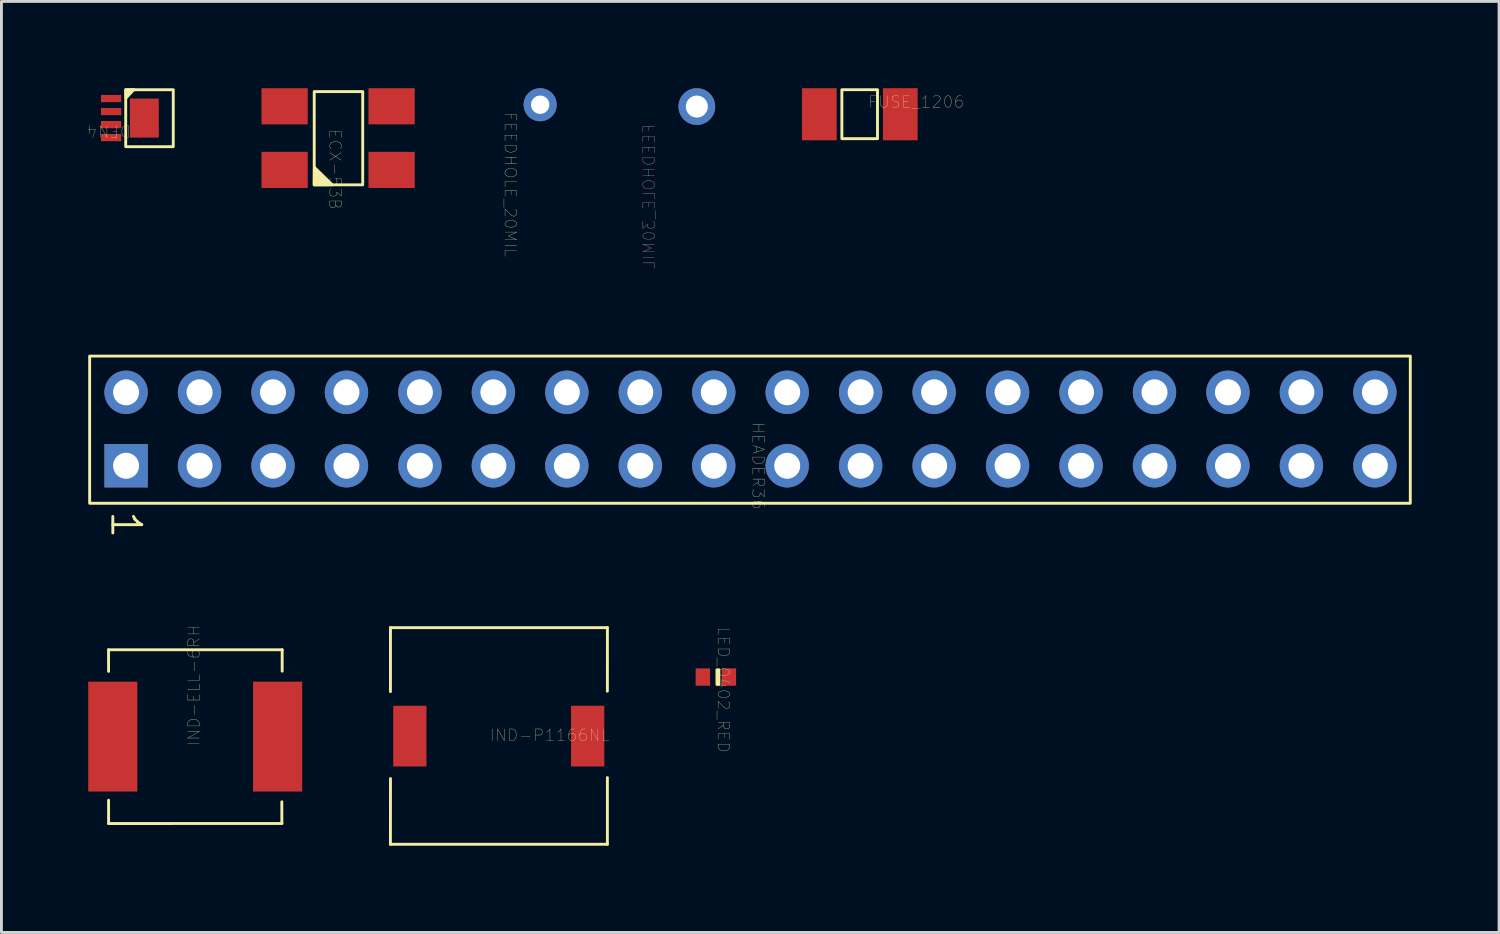
<source format=kicad_pcb>
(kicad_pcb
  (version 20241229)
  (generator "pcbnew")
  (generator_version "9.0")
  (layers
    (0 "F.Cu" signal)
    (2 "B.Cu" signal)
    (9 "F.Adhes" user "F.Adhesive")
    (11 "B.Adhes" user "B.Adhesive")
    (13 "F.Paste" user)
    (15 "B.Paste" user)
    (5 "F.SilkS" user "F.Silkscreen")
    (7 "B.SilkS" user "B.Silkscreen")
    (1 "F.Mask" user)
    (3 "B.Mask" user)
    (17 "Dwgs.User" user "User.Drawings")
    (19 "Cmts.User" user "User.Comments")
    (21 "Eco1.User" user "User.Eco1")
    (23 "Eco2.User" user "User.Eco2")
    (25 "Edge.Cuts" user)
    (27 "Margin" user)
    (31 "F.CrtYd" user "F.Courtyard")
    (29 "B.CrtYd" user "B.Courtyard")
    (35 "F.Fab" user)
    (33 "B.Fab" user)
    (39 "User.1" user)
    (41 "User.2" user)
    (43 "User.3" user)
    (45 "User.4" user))
  (footprint "ECX-53B"
    (layer "F.Cu")
    (at 8.641 1.725)
    (property "Reference" "ECX-53B" (at -0.338 -0.326 270) (unlocked yes) (layer "F.SilkS") (effects (font (size 0.4 0.4) (thickness 0.01)) (justify left bottom)))
    (fp_rect (start -0.826 -1.608) (end 0.851 1.616) (stroke (width 0.1) (type default)) (fill no) (layer "F.SilkS"))
    (fp_poly (pts (xy -0.826 1.616) (xy -0.206 1.614) (xy -0.819 1.015)) (stroke (width 0.1) (type solid)) (fill yes) (layer "F.SilkS"))
    (fp_line (start -2.5 -1.6) (end -2.5 1.2) (stroke (width 0.05) (type solid)) (layer "User.5"))
    (fp_line (start -2.5 -1.6) (end 2.5 -1.6) (stroke (width 0.05) (type solid)) (layer "User.5"))
    (fp_line (start -2.1 1.6) (end 2.5 1.6) (stroke (width 0.05) (type solid)) (layer "User.5"))
    (fp_line (start 2.5 -1.6) (end 2.5 1.6) (stroke (width 0.05) (type solid)) (layer "User.5"))
    (fp_arc (start -2.5 1.2) (mid -2.217157 1.317157) (end -2.1 1.6) (stroke (width 0.05) (type solid)) (layer "User.5"))
    (fp_text user "1" (at -2.319 1.707 270) (unlocked yes) (layer "User.5") (effects (font (face "Arial") (size 0.441 0.441) (thickness 0.254)) (justify left bottom)))
    (pad "1" smd rect (at -1.85 1.1) (size 1.6 1.25) (layers "F.Cu" "F.Mask" "F.Paste"))
    (pad "2" smd rect (at 1.85 1.1) (size 1.6 1.25) (layers "F.Cu" "F.Mask" "F.Paste"))
    (pad "3" smd rect (at 1.85 -1.1) (size 1.6 1.25) (layers "F.Cu" "F.Mask" "F.Paste"))
    (pad "4" smd rect (at -1.85 -1.1) (size 1.6 1.25) (layers "F.Cu" "F.Mask" "F.Paste")))
  (footprint "IND-P1166NL"
    (layer "F.Cu")
    (at 14.196 22.403)
    (property "Reference" "IND-P1166NL" (at -0.331 0.203 0) (unlocked yes) (layer "F.SilkS") (effects (font (size 0.4 0.4) (thickness 0.01)) (justify left bottom)))
    (fp_line (start -3.746 3.74) (end -3.744 1.468) (stroke (width 0.1) (type default)) (layer "F.SilkS"))
    (fp_line (start -3.745 -3.75) (end 3.757 -3.75) (stroke (width 0.1) (type default)) (layer "F.SilkS"))
    (fp_line (start -3.745 -1.538) (end -3.745 -3.75) (stroke (width 0.1) (type default)) (layer "F.SilkS"))
    (fp_line (start 3.756 1.435) (end 3.756 3.74) (stroke (width 0.1) (type default)) (layer "F.SilkS"))
    (fp_line (start 3.756 3.74) (end -3.746 3.74) (stroke (width 0.1) (type default)) (layer "F.SilkS"))
    (fp_line (start 3.757 -3.75) (end 3.756 -1.552) (stroke (width 0.1) (type default)) (layer "F.SilkS"))
    (fp_line (start -3.75 -3.75) (end -3.75 3.75) (stroke (width 0.05) (type solid)) (layer "User.5"))
    (fp_line (start 3.75 -3.75) (end -3.75 -3.75) (stroke (width 0.05) (type solid)) (layer "User.5"))
    (fp_line (start 3.75 -3.75) (end 3.75 3.75) (stroke (width 0.05) (type solid)) (layer "User.5"))
    (fp_line (start 3.75 3.75) (end -3.75 3.75) (stroke (width 0.05) (type solid)) (layer "User.5"))
    (pad "1" smd rect (at -3.075 0) (size 1.15 2.1) (layers "F.Cu" "F.Mask" "F.Paste"))
    (pad "2" smd rect (at 3.075 0) (size 1.15 2.1) (layers "F.Cu" "F.Mask" "F.Paste")))
  (footprint "HEADER36"
    (layer "F.Cu")
    (at 1.31 13.055)
    (property "Reference" "HEADER36" (at 21.624 -1.526 270) (unlocked yes) (layer "F.SilkS") (effects (font (size 0.4 0.4) (thickness 0.01)) (justify left bottom)))
    (fp_rect (start -1.26 -3.792) (end 44.405 1.297) (stroke (width 0.1) (type default)) (fill no) (layer "F.SilkS"))
    (fp_line (start -1.27 -3.81) (end -1.27 1.27) (stroke (width 0.05) (type solid)) (layer "User.5"))
    (fp_line (start -1.27 -3.81) (end 44.45 -3.81) (stroke (width 0.05) (type solid)) (layer "User.5"))
    (fp_line (start -1.27 1.27) (end 44.45 1.27) (stroke (width 0.05) (type solid)) (layer "User.5"))
    (fp_line (start 44.45 -3.81) (end 44.45 1.27) (stroke (width 0.05) (type solid)) (layer "User.5"))
    (fp_text user "1" (at -0.586 1.495 270) (unlocked yes) (layer "F.SilkS") (effects (font (size 1 1) (thickness 0.1)) (justify left bottom)))
    (fp_text user "35" (at 42.774 0.757 0) (unlocked yes) (layer "User.5") (effects (font (face "Arial") (size 0.63 0.63) (thickness 0.254)) (justify left bottom)))
    (fp_text user "36" (at 42.549 -2.868 0) (unlocked yes) (layer "User.5") (effects (font (face "Arial") (size 0.63 0.63) (thickness 0.254)) (justify left bottom)))
    (fp_text user "1" (at -0.651 0.757 0) (unlocked yes) (layer "User.5") (effects (font (face "Arial") (size 0.63 0.63) (thickness 0.254)) (justify left bottom)))
    (fp_text user "2" (at -0.776 -2.593 0) (unlocked yes) (layer "User.5") (effects (font (face "Arial") (size 0.63 0.63) (thickness 0.254)) (justify left bottom)))
    (pad "1" thru_hole rect (at 0 0) (size 1.5 1.5) (drill 0.9) (layers "*.Cu" "*.Mask"))
    (pad "2" thru_hole circle (at 0 -2.54) (size 1.5 1.5) (drill 0.9) (layers "*.Cu" "*.Mask"))
    (pad "3" thru_hole circle (at 2.54 0) (size 1.5 1.5) (drill 0.9) (layers "*.Cu" "*.Mask"))
    (pad "4" thru_hole circle (at 2.54 -2.54) (size 1.5 1.5) (drill 0.9) (layers "*.Cu" "*.Mask"))
    (pad "5" thru_hole circle (at 5.08 0) (size 1.5 1.5) (drill 0.9) (layers "*.Cu" "*.Mask"))
    (pad "6" thru_hole circle (at 5.08 -2.54) (size 1.5 1.5) (drill 0.9) (layers "*.Cu" "*.Mask"))
    (pad "7" thru_hole circle (at 7.62 0) (size 1.5 1.5) (drill 0.9) (layers "*.Cu" "*.Mask"))
    (pad "8" thru_hole circle (at 7.62 -2.54) (size 1.5 1.5) (drill 0.9) (layers "*.Cu" "*.Mask"))
    (pad "9" thru_hole circle (at 10.16 0) (size 1.5 1.5) (drill 0.9) (layers "*.Cu" "*.Mask"))
    (pad "10" thru_hole circle (at 10.16 -2.54) (size 1.5 1.5) (drill 0.9) (layers "*.Cu" "*.Mask"))
    (pad "11" thru_hole circle (at 12.7 0) (size 1.5 1.5) (drill 0.9) (layers "*.Cu" "*.Mask"))
    (pad "12" thru_hole circle (at 12.7 -2.54) (size 1.5 1.5) (drill 0.9) (layers "*.Cu" "*.Mask"))
    (pad "13" thru_hole circle (at 15.24 0) (size 1.5 1.5) (drill 0.9) (layers "*.Cu" "*.Mask"))
    (pad "14" thru_hole circle (at 15.24 -2.54) (size 1.5 1.5) (drill 0.9) (layers "*.Cu" "*.Mask"))
    (pad "15" thru_hole circle (at 17.78 0) (size 1.5 1.5) (drill 0.9) (layers "*.Cu" "*.Mask"))
    (pad "16" thru_hole circle (at 17.78 -2.54) (size 1.5 1.5) (drill 0.9) (layers "*.Cu" "*.Mask"))
    (pad "17" thru_hole circle (at 20.32 0) (size 1.5 1.5) (drill 0.9) (layers "*.Cu" "*.Mask"))
    (pad "18" thru_hole circle (at 20.32 -2.54) (size 1.5 1.5) (drill 0.9) (layers "*.Cu" "*.Mask"))
    (pad "19" thru_hole circle (at 22.86 0) (size 1.5 1.5) (drill 0.9) (layers "*.Cu" "*.Mask"))
    (pad "20" thru_hole circle (at 22.86 -2.54) (size 1.5 1.5) (drill 0.9) (layers "*.Cu" "*.Mask"))
    (pad "21" thru_hole circle (at 25.4 0) (size 1.5 1.5) (drill 0.9) (layers "*.Cu" "*.Mask"))
    (pad "22" thru_hole circle (at 25.4 -2.54) (size 1.5 1.5) (drill 0.9) (layers "*.Cu" "*.Mask"))
    (pad "23" thru_hole circle (at 27.94 0) (size 1.5 1.5) (drill 0.9) (layers "*.Cu" "*.Mask"))
    (pad "24" thru_hole circle (at 27.94 -2.54) (size 1.5 1.5) (drill 0.9) (layers "*.Cu" "*.Mask"))
    (pad "25" thru_hole circle (at 30.48 0) (size 1.5 1.5) (drill 0.9) (layers "*.Cu" "*.Mask"))
    (pad "26" thru_hole circle (at 30.48 -2.54) (size 1.5 1.5) (drill 0.9) (layers "*.Cu" "*.Mask"))
    (pad "27" thru_hole circle (at 33.02 0) (size 1.5 1.5) (drill 0.9) (layers "*.Cu" "*.Mask"))
    (pad "28" thru_hole circle (at 33.02 -2.54) (size 1.5 1.5) (drill 0.9) (layers "*.Cu" "*.Mask"))
    (pad "29" thru_hole circle (at 35.56 0) (size 1.5 1.5) (drill 0.9) (layers "*.Cu" "*.Mask"))
    (pad "30" thru_hole circle (at 35.56 -2.54) (size 1.5 1.5) (drill 0.9) (layers "*.Cu" "*.Mask"))
    (pad "31" thru_hole circle (at 38.1 0) (size 1.5 1.5) (drill 0.9) (layers "*.Cu" "*.Mask"))
    (pad "32" thru_hole circle (at 38.1 -2.54) (size 1.5 1.5) (drill 0.9) (layers "*.Cu" "*.Mask"))
    (pad "33" thru_hole circle (at 40.64 0) (size 1.5 1.5) (drill 0.9) (layers "*.Cu" "*.Mask"))
    (pad "34" thru_hole circle (at 40.64 -2.54) (size 1.5 1.5) (drill 0.9) (layers "*.Cu" "*.Mask"))
    (pad "35" thru_hole circle (at 43.18 0) (size 1.5 1.5) (drill 0.9) (layers "*.Cu" "*.Mask"))
    (pad "36" thru_hole circle (at 43.18 -2.54) (size 1.5 1.5) (drill 0.9) (layers "*.Cu" "*.Mask")))
  (footprint "FEEDHOLE_30MIL"
    (layer "F.Cu")
    (at 21.095 0.61)
    (property "Reference" "FEEDHOLE_30MIL" (at -1.466 0.624 90) (unlocked yes) (layer "B.SilkS") (effects (font (size 0.4 0.4) (thickness 0.01)) (justify left bottom mirror)))
    (pad "1" thru_hole circle (at -0.05 0.025 180) (size 1.27 1.27) (drill 0.762) (layers "*.Cu" "*.Mask")))
  (footprint "LED_0402_RED"
    (layer "F.Cu")
    (at 21.703 20.361)
    (property "Reference" "LED_0402_RED" (at 0.028 -1.758 270) (unlocked yes) (layer "F.SilkS") (effects (font (size 0.4 0.4) (thickness 0.01)) (justify left bottom)))
    (fp_rect (start 0.038 -0.251) (end 0.104 0.255) (stroke (width 0.1) (type default)) (fill no) (layer "F.SilkS"))
    (fp_line (start -0.5 -0.3) (end -0.5 0.3) (stroke (width 0.01) (type solid)) (layer "User.5"))
    (fp_line (start -0.5 -0.3) (end 0.5 -0.3) (stroke (width 0.01) (type solid)) (layer "User.5"))
    (fp_line (start -0.5 0.3) (end 0.5 0.3) (stroke (width 0.01) (type solid)) (layer "User.5"))
    (fp_line (start 0.5 -0.3) (end 0.5 0.3) (stroke (width 0.01) (type solid)) (layer "User.5"))
    (fp_poly (pts (xy 0 -0.3) (xy 0 0.3) (xy 0.3 0)) (stroke (width 0.1) (type default)) (fill no) (layer "User.5"))
    (fp_poly (pts (xy 0.3 -0.3) (xy 0.3 0.3) (xy 0.4 0.3) (xy 0.4 -0.3)) (stroke (width 0.1) (type default)) (fill no) (layer "User.5"))
    (fp_text user "K" (at 0.75 0.25 0) (unlocked yes) (layer "User.5") (effects (font (face "Arial") (size 0.504 0.504) (thickness 0.1)) (justify left bottom)))
    (pad "1" smd rect (at 0.45 0) (size 0.5 0.6) (layers "F.Cu" "F.Mask" "F.Paste"))
    (pad "2" smd rect (at -0.45 0) (size 0.5 0.6) (layers "F.Cu" "F.Mask" "F.Paste")))
  (footprint "IND-ELL-6RH"
    (layer "F.Cu")
    (at 3.7 22.42)
    (property "Reference" "IND-ELL-6RH" (at 0.189 0.342 90) (unlocked yes) (layer "F.SilkS") (effects (font (size 0.4 0.4) (thickness 0.01)) (justify left bottom)))
    (fp_line (start -2.997 -3.002) (end 3.007 -3.002) (stroke (width 0.1) (type default)) (layer "F.SilkS"))
    (fp_line (start -2.996 -2.256) (end -2.997 -3.002) (stroke (width 0.1) (type default)) (layer "F.SilkS"))
    (fp_line (start -2.996 2.201) (end -2.995 3.006) (stroke (width 0.1) (type default)) (layer "F.SilkS"))
    (fp_line (start -2.995 3.006) (end 2.996 3.005) (stroke (width 0.1) (type default)) (layer "F.SilkS"))
    (fp_line (start 2.996 3.005) (end 2.995 2.255) (stroke (width 0.1) (type default)) (layer "F.SilkS"))
    (fp_line (start 3.007 -3.002) (end 3.007 -2.262) (stroke (width 0.1) (type default)) (layer "F.SilkS"))
    (fp_line (start -3 3) (end -3 -3) (stroke (width 0.05) (type solid)) (layer "User.5"))
    (fp_line (start 3 -3) (end -3 -3) (stroke (width 0.05) (type solid)) (layer "User.5"))
    (fp_line (start 3 3) (end -3 3) (stroke (width 0.05) (type solid)) (layer "User.5"))
    (fp_line (start 3 3) (end 3 -3) (stroke (width 0.05) (type solid)) (layer "User.5"))
    (pad "1" smd rect (at -2.85 0) (size 1.7 3.8) (layers "F.Cu" "F.Mask" "F.Paste"))
    (pad "2" smd rect (at 2.85 0) (size 1.7 3.8) (layers "F.Cu" "F.Mask" "F.Paste")))
  (footprint "DFN4"
    (layer "F.Cu")
    (at 1.941 1.033)
    (property "Reference" "DFN4" (at -0.449 0.213 180) (unlocked yes) (layer "F.SilkS") (effects (font (size 0.4 0.4) (thickness 0.01)) (justify left bottom)))
    (fp_rect (start -0.644 -0.98) (end 1 0.99) (stroke (width 0.1) (type default)) (fill no) (layer "F.SilkS"))
    (fp_poly (pts (xy -0.644 -0.98) (xy -0.365 -0.983) (xy -0.636 -0.693)) (stroke (width 0.1) (type solid)) (fill yes) (layer "F.SilkS"))
    (fp_line (start -1 -1) (end 1 -1) (stroke (width 0.05) (type solid)) (layer "User.6"))
    (fp_line (start -1 1) (end -1 -1) (stroke (width 0.05) (type solid)) (layer "User.6"))
    (fp_line (start -1 1) (end 1 1) (stroke (width 0.05) (type solid)) (layer "User.6"))
    (fp_line (start 1 1) (end 1 -1) (stroke (width 0.05) (type solid)) (layer "User.6"))
    (fp_text user "1" (at -1.7 -0.55 180) (unlocked yes) (layer "User.6") (effects (font (face "Arial") (size 0.252 0.252) (thickness 0.254)) (justify left bottom mirror)))
    (pad "1" smd rect (at -1.15 -0.675 180) (size 0.7 0.25) (layers "F.Cu" "F.Mask" "F.Paste"))
    (pad "2" smd rect (at -1.15 -0.225 180) (size 0.7 0.25) (layers "F.Cu" "F.Mask" "F.Paste"))
    (pad "3" smd rect (at -1.15 0.225 180) (size 0.7 0.25) (layers "F.Cu" "F.Mask" "F.Paste"))
    (pad "4" smd rect (at -1.15 0.675 180) (size 0.7 0.25) (layers "F.Cu" "F.Mask" "F.Paste"))
    (pad "5" smd rect (at 0 0 180) (size 1 1.35) (layers "F.Cu" "F.Mask" "F.Paste")))
  (footprint "FUSE_1206"
    (layer "F.Cu")
    (at 26.68 0.9)
    (property "Reference" "FUSE_1206" (at 0.278 -0.193 0) (unlocked yes) (layer "F.SilkS") (effects (font (size 0.4 0.4) (thickness 0.01)) (justify left bottom)))
    (fp_rect (start -0.62 -0.849) (end 0.612 0.845) (stroke (width 0.1) (type default)) (fill no) (layer "F.SilkS"))
    (fp_line (start -1.6 -0.8) (end -1.6 0.8) (stroke (width 0.05) (type solid)) (layer "User.5"))
    (fp_line (start -1.6 -0.8) (end 1.6 -0.8) (stroke (width 0.05) (type solid)) (layer "User.5"))
    (fp_line (start -1.6 0.8) (end 1.6 0.8) (stroke (width 0.05) (type solid)) (layer "User.5"))
    (fp_line (start 1.6 -0.8) (end 1.6 0.8) (stroke (width 0.05) (type solid)) (layer "User.5"))
    (pad "1" smd rect (at -1.4 0 180) (size 1.2 1.8) (layers "F.Cu" "F.Mask" "F.Paste"))
    (pad "2" smd rect (at 1.4 0 180) (size 1.2 1.8) (layers "F.Cu" "F.Mask" "F.Paste")))
  (footprint "FEEDHOLE_20MIL"
    (layer "F.Cu")
    (at 15.636 0.573)
    (property "Reference" "FEEDHOLE_20MIL" (at -1.272 0.243 270) (unlocked yes) (layer "F.SilkS") (effects (font (size 0.4 0.4) (thickness 0.01)) (justify left bottom)))
    (pad "1" thru_hole circle (at -0.008 -0.002 270) (size 1.143 1.143) (drill 0.635) (layers "*.Cu" "*.Mask")))
  (gr_rect
    (start -3 -3)
    (end 48.785 29.193)
    (stroke (width 0.1) (type default))
    (fill no)
    (layer "Edge.Cuts")))
</source>
